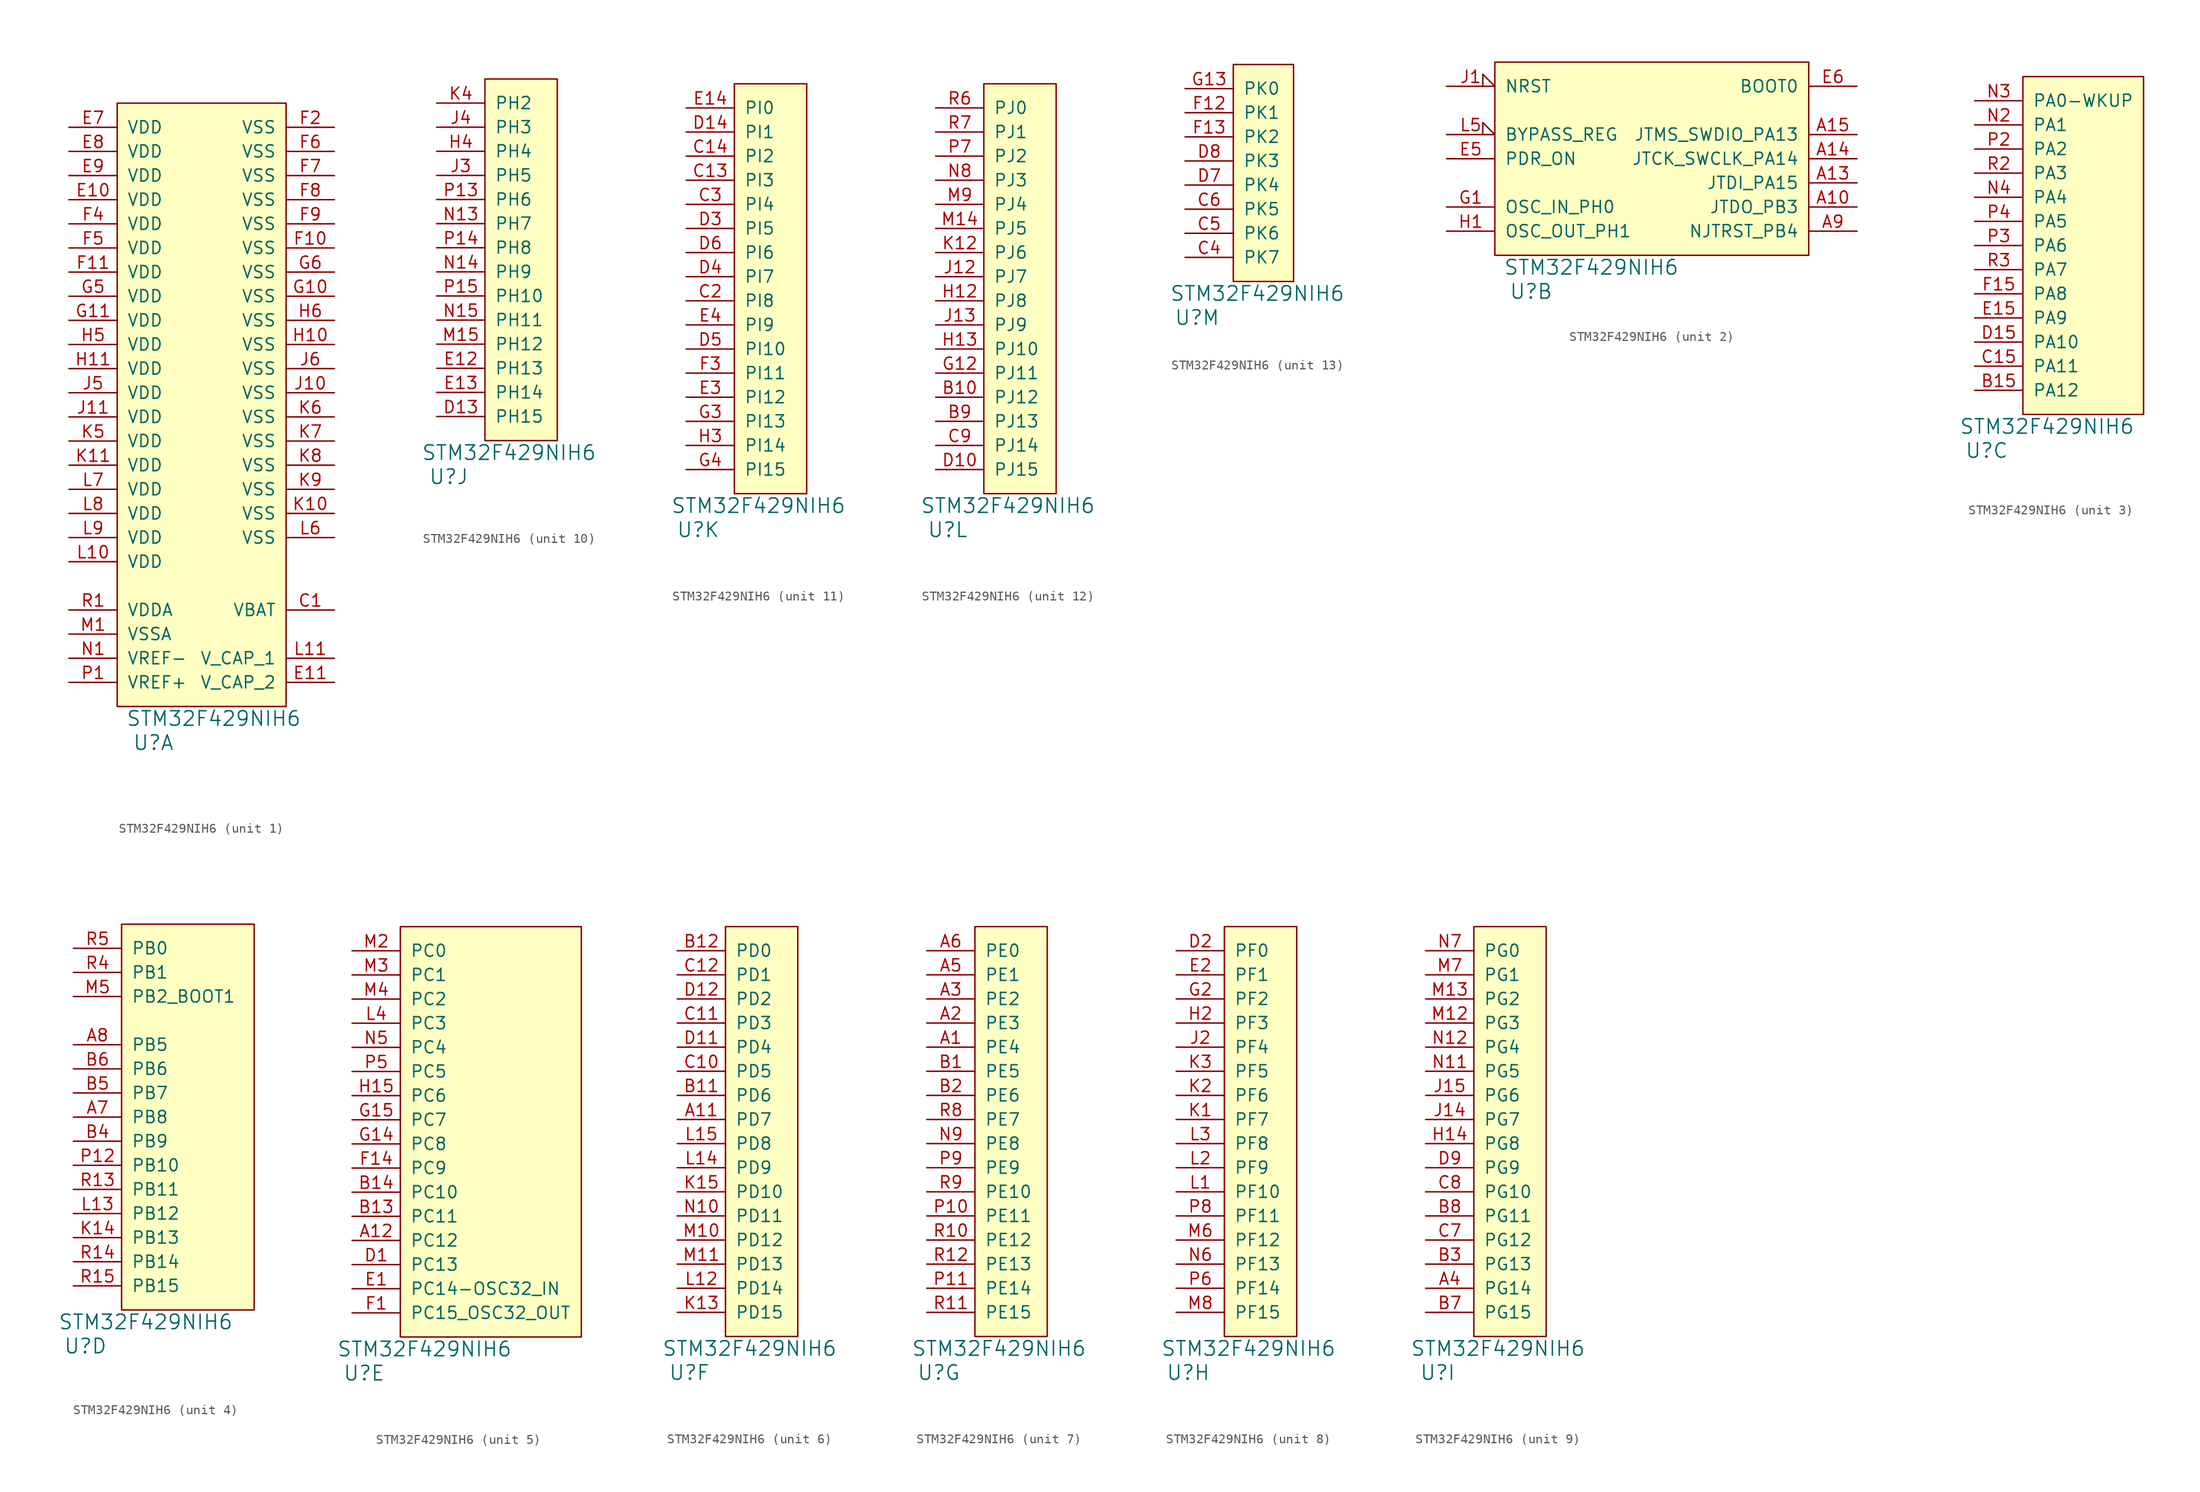
<source format=kicad_sym>
(kicad_symbol_lib
  (version 20211014)
  (generator kicad_symbol_editor)
  (symbol "STM32F429NIH6"
    (pin_names
      (offset 1.016))
    (property "Reference" "U"
      (at -3.81 -3.81 0)
      (effects (font (size 1.524 1.524))))
    (property "Value" "STM32F429NIH6"
      (at 2.54 -1.27 0)
      (effects (font (size 1.524 1.524))))
    (property "Footprint" ""
      (at 0 0 0)
      (effects (font (size 1.524 1.524))))
    (property "Datasheet" ""
      (at 0 0 0)
      (effects (font (size 1.524 1.524))))
    (property "ki_locked" ""
      (at 0 0 0)
      (effects (font (size 1.27 1.27))))
    (symbol "STM32F429NIH6_1_1"
      (rectangle (start -7.62 0) (end 10.16 63.5) (stroke (width 0) (type default) (color 0 0 0 0)) (fill (type background)))
      (pin bidirectional line (at 15.24 10.16 180) (length 5.08) (name "VBAT" (effects (font (size 1.27 1.27)))) (number "C1" (effects (font (size 1.27 1.27)))))
      (pin power_in line (at -12.7 53.34 0) (length 5.08) (name "VDD" (effects (font (size 1.27 1.27)))) (number "E10" (effects (font (size 1.27 1.27)))))
      (pin power_out line (at 15.24 2.54 180) (length 5.08) (name "V_CAP_2" (effects (font (size 1.27 1.27)))) (number "E11" (effects (font (size 1.27 1.27)))))
      (pin power_in line (at -12.7 60.96 0) (length 5.08) (name "VDD" (effects (font (size 1.27 1.27)))) (number "E7" (effects (font (size 1.27 1.27)))))
      (pin power_in line (at -12.7 58.42 0) (length 5.08) (name "VDD" (effects (font (size 1.27 1.27)))) (number "E8" (effects (font (size 1.27 1.27)))))
      (pin power_in line (at -12.7 55.88 0) (length 5.08) (name "VDD" (effects (font (size 1.27 1.27)))) (number "E9" (effects (font (size 1.27 1.27)))))
      (pin power_in line (at 15.24 48.26 180) (length 5.08) (name "VSS" (effects (font (size 1.27 1.27)))) (number "F10" (effects (font (size 1.27 1.27)))))
      (pin power_in line (at -12.7 45.72 0) (length 5.08) (name "VDD" (effects (font (size 1.27 1.27)))) (number "F11" (effects (font (size 1.27 1.27)))))
      (pin power_in line (at 15.24 60.96 180) (length 5.08) (name "VSS" (effects (font (size 1.27 1.27)))) (number "F2" (effects (font (size 1.27 1.27)))))
      (pin power_in line (at -12.7 50.8 0) (length 5.08) (name "VDD" (effects (font (size 1.27 1.27)))) (number "F4" (effects (font (size 1.27 1.27)))))
      (pin power_in line (at -12.7 48.26 0) (length 5.08) (name "VDD" (effects (font (size 1.27 1.27)))) (number "F5" (effects (font (size 1.27 1.27)))))
      (pin power_in line (at 15.24 58.42 180) (length 5.08) (name "VSS" (effects (font (size 1.27 1.27)))) (number "F6" (effects (font (size 1.27 1.27)))))
      (pin power_in line (at 15.24 55.88 180) (length 5.08) (name "VSS" (effects (font (size 1.27 1.27)))) (number "F7" (effects (font (size 1.27 1.27)))))
      (pin power_in line (at 15.24 53.34 180) (length 5.08) (name "VSS" (effects (font (size 1.27 1.27)))) (number "F8" (effects (font (size 1.27 1.27)))))
      (pin power_in line (at 15.24 50.8 180) (length 5.08) (name "VSS" (effects (font (size 1.27 1.27)))) (number "F9" (effects (font (size 1.27 1.27)))))
      (pin power_in line (at 15.24 43.18 180) (length 5.08) (name "VSS" (effects (font (size 1.27 1.27)))) (number "G10" (effects (font (size 1.27 1.27)))))
      (pin power_in line (at -12.7 40.64 0) (length 5.08) (name "VDD" (effects (font (size 1.27 1.27)))) (number "G11" (effects (font (size 1.27 1.27)))))
      (pin power_in line (at -12.7 43.18 0) (length 5.08) (name "VDD" (effects (font (size 1.27 1.27)))) (number "G5" (effects (font (size 1.27 1.27)))))
      (pin power_in line (at 15.24 45.72 180) (length 5.08) (name "VSS" (effects (font (size 1.27 1.27)))) (number "G6" (effects (font (size 1.27 1.27)))))
      (pin power_in line (at 15.24 38.1 180) (length 5.08) (name "VSS" (effects (font (size 1.27 1.27)))) (number "H10" (effects (font (size 1.27 1.27)))))
      (pin power_in line (at -12.7 35.56 0) (length 5.08) (name "VDD" (effects (font (size 1.27 1.27)))) (number "H11" (effects (font (size 1.27 1.27)))))
      (pin power_in line (at -12.7 38.1 0) (length 5.08) (name "VDD" (effects (font (size 1.27 1.27)))) (number "H5" (effects (font (size 1.27 1.27)))))
      (pin power_in line (at 15.24 40.64 180) (length 5.08) (name "VSS" (effects (font (size 1.27 1.27)))) (number "H6" (effects (font (size 1.27 1.27)))))
      (pin power_in line (at 15.24 33.02 180) (length 5.08) (name "VSS" (effects (font (size 1.27 1.27)))) (number "J10" (effects (font (size 1.27 1.27)))))
      (pin power_in line (at -12.7 30.48 0) (length 5.08) (name "VDD" (effects (font (size 1.27 1.27)))) (number "J11" (effects (font (size 1.27 1.27)))))
      (pin power_in line (at -12.7 33.02 0) (length 5.08) (name "VDD" (effects (font (size 1.27 1.27)))) (number "J5" (effects (font (size 1.27 1.27)))))
      (pin power_in line (at 15.24 35.56 180) (length 5.08) (name "VSS" (effects (font (size 1.27 1.27)))) (number "J6" (effects (font (size 1.27 1.27)))))
      (pin power_in line (at 15.24 20.32 180) (length 5.08) (name "VSS" (effects (font (size 1.27 1.27)))) (number "K10" (effects (font (size 1.27 1.27)))))
      (pin power_in line (at -12.7 25.4 0) (length 5.08) (name "VDD" (effects (font (size 1.27 1.27)))) (number "K11" (effects (font (size 1.27 1.27)))))
      (pin power_in line (at -12.7 27.94 0) (length 5.08) (name "VDD" (effects (font (size 1.27 1.27)))) (number "K5" (effects (font (size 1.27 1.27)))))
      (pin power_in line (at 15.24 30.48 180) (length 5.08) (name "VSS" (effects (font (size 1.27 1.27)))) (number "K6" (effects (font (size 1.27 1.27)))))
      (pin power_in line (at 15.24 27.94 180) (length 5.08) (name "VSS" (effects (font (size 1.27 1.27)))) (number "K7" (effects (font (size 1.27 1.27)))))
      (pin power_in line (at 15.24 25.4 180) (length 5.08) (name "VSS" (effects (font (size 1.27 1.27)))) (number "K8" (effects (font (size 1.27 1.27)))))
      (pin power_in line (at 15.24 22.86 180) (length 5.08) (name "VSS" (effects (font (size 1.27 1.27)))) (number "K9" (effects (font (size 1.27 1.27)))))
      (pin power_in line (at -12.7 15.24 0) (length 5.08) (name "VDD" (effects (font (size 1.27 1.27)))) (number "L10" (effects (font (size 1.27 1.27)))))
      (pin power_out line (at 15.24 5.08 180) (length 5.08) (name "V_CAP_1" (effects (font (size 1.27 1.27)))) (number "L11" (effects (font (size 1.27 1.27)))))
      (pin power_in line (at 15.24 17.78 180) (length 5.08) (name "VSS" (effects (font (size 1.27 1.27)))) (number "L6" (effects (font (size 1.27 1.27)))))
      (pin power_in line (at -12.7 22.86 0) (length 5.08) (name "VDD" (effects (font (size 1.27 1.27)))) (number "L7" (effects (font (size 1.27 1.27)))))
      (pin power_in line (at -12.7 20.32 0) (length 5.08) (name "VDD" (effects (font (size 1.27 1.27)))) (number "L8" (effects (font (size 1.27 1.27)))))
      (pin power_in line (at -12.7 17.78 0) (length 5.08) (name "VDD" (effects (font (size 1.27 1.27)))) (number "L9" (effects (font (size 1.27 1.27)))))
      (pin power_in line (at -12.7 7.62 0) (length 5.08) (name "VSSA" (effects (font (size 1.27 1.27)))) (number "M1" (effects (font (size 1.27 1.27)))))
      (pin power_in line (at -12.7 5.08 0) (length 5.08) (name "VREF-" (effects (font (size 1.27 1.27)))) (number "N1" (effects (font (size 1.27 1.27)))))
      (pin power_in line (at -12.7 2.54 0) (length 5.08) (name "VREF+" (effects (font (size 1.27 1.27)))) (number "P1" (effects (font (size 1.27 1.27)))))
      (pin power_in line (at -12.7 10.16 0) (length 5.08) (name "VDDA" (effects (font (size 1.27 1.27)))) (number "R1" (effects (font (size 1.27 1.27))))))
    (symbol "STM32F429NIH6_2_1"
      (rectangle (start -7.62 0) (end 25.4 20.32) (stroke (width 0) (type default) (color 0 0 0 0)) (fill (type background)))
      (pin bidirectional line (at 30.48 5.08 180) (length 5.08) (name "JTDO_PB3" (effects (font (size 1.27 1.27)))) (number "A10" (effects (font (size 1.27 1.27)))))
      (pin bidirectional line (at 30.48 7.62 180) (length 5.08) (name "JTDI_PA15" (effects (font (size 1.27 1.27)))) (number "A13" (effects (font (size 1.27 1.27)))))
      (pin bidirectional line (at 30.48 10.16 180) (length 5.08) (name "JTCK_SWCLK_PA14" (effects (font (size 1.27 1.27)))) (number "A14" (effects (font (size 1.27 1.27)))))
      (pin bidirectional line (at 30.48 12.7 180) (length 5.08) (name "JTMS_SWDIO_PA13" (effects (font (size 1.27 1.27)))) (number "A15" (effects (font (size 1.27 1.27)))))
      (pin bidirectional line (at 30.48 2.54 180) (length 5.08) (name "NJTRST_PB4" (effects (font (size 1.27 1.27)))) (number "A9" (effects (font (size 1.27 1.27)))))
      (pin input line (at -12.7 10.16 0) (length 5.08) (name "PDR_ON" (effects (font (size 1.27 1.27)))) (number "E5" (effects (font (size 1.27 1.27)))))
      (pin input line (at 30.48 17.78 180) (length 5.08) (name "BOOT0" (effects (font (size 1.27 1.27)))) (number "E6" (effects (font (size 1.27 1.27)))))
      (pin input line (at -12.7 5.08 0) (length 5.08) (name "OSC_IN_PH0" (effects (font (size 1.27 1.27)))) (number "G1" (effects (font (size 1.27 1.27)))))
      (pin output line (at -12.7 2.54 0) (length 5.08) (name "OSC_OUT_PH1" (effects (font (size 1.27 1.27)))) (number "H1" (effects (font (size 1.27 1.27)))))
      (pin input input_low (at -12.7 17.78 0) (length 5.08) (name "NRST" (effects (font (size 1.27 1.27)))) (number "J1" (effects (font (size 1.27 1.27)))))
      (pin input input_low (at -12.7 12.7 0) (length 5.08) (name "BYPASS_REG" (effects (font (size 1.27 1.27)))) (number "L5" (effects (font (size 1.27 1.27))))))
    (symbol "STM32F429NIH6_3_1"
      (rectangle (start 0 0) (end 12.7 35.56) (stroke (width 0) (type default) (color 0 0 0 0)) (fill (type background)))
      (pin bidirectional line (at -5.08 2.54 0) (length 5.08) (name "PA12" (effects (font (size 1.27 1.27)))) (number "B15" (effects (font (size 1.27 1.27)))))
      (pin bidirectional line (at -5.08 5.08 0) (length 5.08) (name "PA11" (effects (font (size 1.27 1.27)))) (number "C15" (effects (font (size 1.27 1.27)))))
      (pin bidirectional line (at -5.08 7.62 0) (length 5.08) (name "PA10" (effects (font (size 1.27 1.27)))) (number "D15" (effects (font (size 1.27 1.27)))))
      (pin bidirectional line (at -5.08 10.16 0) (length 5.08) (name "PA9" (effects (font (size 1.27 1.27)))) (number "E15" (effects (font (size 1.27 1.27)))))
      (pin bidirectional line (at -5.08 12.7 0) (length 5.08) (name "PA8" (effects (font (size 1.27 1.27)))) (number "F15" (effects (font (size 1.27 1.27)))))
      (pin bidirectional line (at -5.08 30.48 0) (length 5.08) (name "PA1" (effects (font (size 1.27 1.27)))) (number "N2" (effects (font (size 1.27 1.27)))))
      (pin bidirectional line (at -5.08 33.02 0) (length 5.08) (name "PA0-WKUP" (effects (font (size 1.27 1.27)))) (number "N3" (effects (font (size 1.27 1.27)))))
      (pin bidirectional line (at -5.08 22.86 0) (length 5.08) (name "PA4" (effects (font (size 1.27 1.27)))) (number "N4" (effects (font (size 1.27 1.27)))))
      (pin bidirectional line (at -5.08 27.94 0) (length 5.08) (name "PA2" (effects (font (size 1.27 1.27)))) (number "P2" (effects (font (size 1.27 1.27)))))
      (pin bidirectional line (at -5.08 17.78 0) (length 5.08) (name "PA6" (effects (font (size 1.27 1.27)))) (number "P3" (effects (font (size 1.27 1.27)))))
      (pin bidirectional line (at -5.08 20.32 0) (length 5.08) (name "PA5" (effects (font (size 1.27 1.27)))) (number "P4" (effects (font (size 1.27 1.27)))))
      (pin bidirectional line (at -5.08 25.4 0) (length 5.08) (name "PA3" (effects (font (size 1.27 1.27)))) (number "R2" (effects (font (size 1.27 1.27)))))
      (pin bidirectional line (at -5.08 15.24 0) (length 5.08) (name "PA7" (effects (font (size 1.27 1.27)))) (number "R3" (effects (font (size 1.27 1.27))))))
    (symbol "STM32F429NIH6_4_1"
      (rectangle (start 0 0) (end 13.97 40.64) (stroke (width 0) (type default) (color 0 0 0 0)) (fill (type background)))
      (pin bidirectional line (at -5.08 20.32 0) (length 5.08) (name "PB8" (effects (font (size 1.27 1.27)))) (number "A7" (effects (font (size 1.27 1.27)))))
      (pin bidirectional line (at -5.08 27.94 0) (length 5.08) (name "PB5" (effects (font (size 1.27 1.27)))) (number "A8" (effects (font (size 1.27 1.27)))))
      (pin bidirectional line (at -5.08 17.78 0) (length 5.08) (name "PB9" (effects (font (size 1.27 1.27)))) (number "B4" (effects (font (size 1.27 1.27)))))
      (pin bidirectional line (at -5.08 22.86 0) (length 5.08) (name "PB7" (effects (font (size 1.27 1.27)))) (number "B5" (effects (font (size 1.27 1.27)))))
      (pin bidirectional line (at -5.08 25.4 0) (length 5.08) (name "PB6" (effects (font (size 1.27 1.27)))) (number "B6" (effects (font (size 1.27 1.27)))))
      (pin bidirectional line (at -5.08 7.62 0) (length 5.08) (name "PB13" (effects (font (size 1.27 1.27)))) (number "K14" (effects (font (size 1.27 1.27)))))
      (pin bidirectional line (at -5.08 10.16 0) (length 5.08) (name "PB12" (effects (font (size 1.27 1.27)))) (number "L13" (effects (font (size 1.27 1.27)))))
      (pin bidirectional line (at -5.08 33.02 0) (length 5.08) (name "PB2_BOOT1" (effects (font (size 1.27 1.27)))) (number "M5" (effects (font (size 1.27 1.27)))))
      (pin bidirectional line (at -5.08 15.24 0) (length 5.08) (name "PB10" (effects (font (size 1.27 1.27)))) (number "P12" (effects (font (size 1.27 1.27)))))
      (pin bidirectional line (at -5.08 12.7 0) (length 5.08) (name "PB11" (effects (font (size 1.27 1.27)))) (number "R13" (effects (font (size 1.27 1.27)))))
      (pin bidirectional line (at -5.08 5.08 0) (length 5.08) (name "PB14" (effects (font (size 1.27 1.27)))) (number "R14" (effects (font (size 1.27 1.27)))))
      (pin bidirectional line (at -5.08 2.54 0) (length 5.08) (name "PB15" (effects (font (size 1.27 1.27)))) (number "R15" (effects (font (size 1.27 1.27)))))
      (pin bidirectional line (at -5.08 35.56 0) (length 5.08) (name "PB1" (effects (font (size 1.27 1.27)))) (number "R4" (effects (font (size 1.27 1.27)))))
      (pin bidirectional line (at -5.08 38.1 0) (length 5.08) (name "PB0" (effects (font (size 1.27 1.27)))) (number "R5" (effects (font (size 1.27 1.27))))))
    (symbol "STM32F429NIH6_5_1"
      (rectangle (start 0 43.18) (end 19.05 0) (stroke (width 0) (type default) (color 0 0 0 0)) (fill (type background)))
      (pin bidirectional line (at -5.08 10.16 0) (length 5.08) (name "PC12" (effects (font (size 1.27 1.27)))) (number "A12" (effects (font (size 1.27 1.27)))))
      (pin bidirectional line (at -5.08 12.7 0) (length 5.08) (name "PC11" (effects (font (size 1.27 1.27)))) (number "B13" (effects (font (size 1.27 1.27)))))
      (pin bidirectional line (at -5.08 15.24 0) (length 5.08) (name "PC10" (effects (font (size 1.27 1.27)))) (number "B14" (effects (font (size 1.27 1.27)))))
      (pin bidirectional line (at -5.08 7.62 0) (length 5.08) (name "PC13" (effects (font (size 1.27 1.27)))) (number "D1" (effects (font (size 1.27 1.27)))))
      (pin bidirectional line (at -5.08 5.08 0) (length 5.08) (name "PC14-OSC32_IN" (effects (font (size 1.27 1.27)))) (number "E1" (effects (font (size 1.27 1.27)))))
      (pin bidirectional line (at -5.08 2.54 0) (length 5.08) (name "PC15_OSC32_OUT" (effects (font (size 1.27 1.27)))) (number "F1" (effects (font (size 1.27 1.27)))))
      (pin bidirectional line (at -5.08 17.78 0) (length 5.08) (name "PC9" (effects (font (size 1.27 1.27)))) (number "F14" (effects (font (size 1.27 1.27)))))
      (pin bidirectional line (at -5.08 20.32 0) (length 5.08) (name "PC8" (effects (font (size 1.27 1.27)))) (number "G14" (effects (font (size 1.27 1.27)))))
      (pin bidirectional line (at -5.08 22.86 0) (length 5.08) (name "PC7" (effects (font (size 1.27 1.27)))) (number "G15" (effects (font (size 1.27 1.27)))))
      (pin bidirectional line (at -5.08 25.4 0) (length 5.08) (name "PC6" (effects (font (size 1.27 1.27)))) (number "H15" (effects (font (size 1.27 1.27)))))
      (pin bidirectional line (at -5.08 33.02 0) (length 5.08) (name "PC3" (effects (font (size 1.27 1.27)))) (number "L4" (effects (font (size 1.27 1.27)))))
      (pin bidirectional line (at -5.08 40.64 0) (length 5.08) (name "PC0" (effects (font (size 1.27 1.27)))) (number "M2" (effects (font (size 1.27 1.27)))))
      (pin bidirectional line (at -5.08 38.1 0) (length 5.08) (name "PC1" (effects (font (size 1.27 1.27)))) (number "M3" (effects (font (size 1.27 1.27)))))
      (pin bidirectional line (at -5.08 35.56 0) (length 5.08) (name "PC2" (effects (font (size 1.27 1.27)))) (number "M4" (effects (font (size 1.27 1.27)))))
      (pin bidirectional line (at -5.08 30.48 0) (length 5.08) (name "PC4" (effects (font (size 1.27 1.27)))) (number "N5" (effects (font (size 1.27 1.27)))))
      (pin bidirectional line (at -5.08 27.94 0) (length 5.08) (name "PC5" (effects (font (size 1.27 1.27)))) (number "P5" (effects (font (size 1.27 1.27))))))
    (symbol "STM32F429NIH6_6_1"
      (rectangle (start 0 0) (end 7.62 43.18) (stroke (width 0) (type default) (color 0 0 0 0)) (fill (type background)))
      (pin bidirectional line (at -5.08 22.86 0) (length 5.08) (name "PD7" (effects (font (size 1.27 1.27)))) (number "A11" (effects (font (size 1.27 1.27)))))
      (pin bidirectional line (at -5.08 25.4 0) (length 5.08) (name "PD6" (effects (font (size 1.27 1.27)))) (number "B11" (effects (font (size 1.27 1.27)))))
      (pin bidirectional line (at -5.08 40.64 0) (length 5.08) (name "PD0" (effects (font (size 1.27 1.27)))) (number "B12" (effects (font (size 1.27 1.27)))))
      (pin bidirectional line (at -5.08 27.94 0) (length 5.08) (name "PD5" (effects (font (size 1.27 1.27)))) (number "C10" (effects (font (size 1.27 1.27)))))
      (pin bidirectional line (at -5.08 33.02 0) (length 5.08) (name "PD3" (effects (font (size 1.27 1.27)))) (number "C11" (effects (font (size 1.27 1.27)))))
      (pin bidirectional line (at -5.08 38.1 0) (length 5.08) (name "PD1" (effects (font (size 1.27 1.27)))) (number "C12" (effects (font (size 1.27 1.27)))))
      (pin bidirectional line (at -5.08 30.48 0) (length 5.08) (name "PD4" (effects (font (size 1.27 1.27)))) (number "D11" (effects (font (size 1.27 1.27)))))
      (pin bidirectional line (at -5.08 35.56 0) (length 5.08) (name "PD2" (effects (font (size 1.27 1.27)))) (number "D12" (effects (font (size 1.27 1.27)))))
      (pin bidirectional line (at -5.08 2.54 0) (length 5.08) (name "PD15" (effects (font (size 1.27 1.27)))) (number "K13" (effects (font (size 1.27 1.27)))))
      (pin bidirectional line (at -5.08 15.24 0) (length 5.08) (name "PD10" (effects (font (size 1.27 1.27)))) (number "K15" (effects (font (size 1.27 1.27)))))
      (pin bidirectional line (at -5.08 5.08 0) (length 5.08) (name "PD14" (effects (font (size 1.27 1.27)))) (number "L12" (effects (font (size 1.27 1.27)))))
      (pin bidirectional line (at -5.08 17.78 0) (length 5.08) (name "PD9" (effects (font (size 1.27 1.27)))) (number "L14" (effects (font (size 1.27 1.27)))))
      (pin bidirectional line (at -5.08 20.32 0) (length 5.08) (name "PD8" (effects (font (size 1.27 1.27)))) (number "L15" (effects (font (size 1.27 1.27)))))
      (pin bidirectional line (at -5.08 10.16 0) (length 5.08) (name "PD12" (effects (font (size 1.27 1.27)))) (number "M10" (effects (font (size 1.27 1.27)))))
      (pin bidirectional line (at -5.08 7.62 0) (length 5.08) (name "PD13" (effects (font (size 1.27 1.27)))) (number "M11" (effects (font (size 1.27 1.27)))))
      (pin bidirectional line (at -5.08 12.7 0) (length 5.08) (name "PD11" (effects (font (size 1.27 1.27)))) (number "N10" (effects (font (size 1.27 1.27))))))
    (symbol "STM32F429NIH6_7_1"
      (rectangle (start 0 43.18) (end 7.62 0) (stroke (width 0) (type default) (color 0 0 0 0)) (fill (type background)))
      (pin bidirectional line (at -5.08 30.48 0) (length 5.08) (name "PE4" (effects (font (size 1.27 1.27)))) (number "A1" (effects (font (size 1.27 1.27)))))
      (pin bidirectional line (at -5.08 33.02 0) (length 5.08) (name "PE3" (effects (font (size 1.27 1.27)))) (number "A2" (effects (font (size 1.27 1.27)))))
      (pin bidirectional line (at -5.08 35.56 0) (length 5.08) (name "PE2" (effects (font (size 1.27 1.27)))) (number "A3" (effects (font (size 1.27 1.27)))))
      (pin bidirectional line (at -5.08 38.1 0) (length 5.08) (name "PE1" (effects (font (size 1.27 1.27)))) (number "A5" (effects (font (size 1.27 1.27)))))
      (pin bidirectional line (at -5.08 40.64 0) (length 5.08) (name "PE0" (effects (font (size 1.27 1.27)))) (number "A6" (effects (font (size 1.27 1.27)))))
      (pin bidirectional line (at -5.08 27.94 0) (length 5.08) (name "PE5" (effects (font (size 1.27 1.27)))) (number "B1" (effects (font (size 1.27 1.27)))))
      (pin bidirectional line (at -5.08 25.4 0) (length 5.08) (name "PE6" (effects (font (size 1.27 1.27)))) (number "B2" (effects (font (size 1.27 1.27)))))
      (pin bidirectional line (at -5.08 20.32 0) (length 5.08) (name "PE8" (effects (font (size 1.27 1.27)))) (number "N9" (effects (font (size 1.27 1.27)))))
      (pin bidirectional line (at -5.08 12.7 0) (length 5.08) (name "PE11" (effects (font (size 1.27 1.27)))) (number "P10" (effects (font (size 1.27 1.27)))))
      (pin bidirectional line (at -5.08 5.08 0) (length 5.08) (name "PE14" (effects (font (size 1.27 1.27)))) (number "P11" (effects (font (size 1.27 1.27)))))
      (pin bidirectional line (at -5.08 17.78 0) (length 5.08) (name "PE9" (effects (font (size 1.27 1.27)))) (number "P9" (effects (font (size 1.27 1.27)))))
      (pin bidirectional line (at -5.08 10.16 0) (length 5.08) (name "PE12" (effects (font (size 1.27 1.27)))) (number "R10" (effects (font (size 1.27 1.27)))))
      (pin bidirectional line (at -5.08 2.54 0) (length 5.08) (name "PE15" (effects (font (size 1.27 1.27)))) (number "R11" (effects (font (size 1.27 1.27)))))
      (pin bidirectional line (at -5.08 7.62 0) (length 5.08) (name "PE13" (effects (font (size 1.27 1.27)))) (number "R12" (effects (font (size 1.27 1.27)))))
      (pin bidirectional line (at -5.08 22.86 0) (length 5.08) (name "PE7" (effects (font (size 1.27 1.27)))) (number "R8" (effects (font (size 1.27 1.27)))))
      (pin bidirectional line (at -5.08 15.24 0) (length 5.08) (name "PE10" (effects (font (size 1.27 1.27)))) (number "R9" (effects (font (size 1.27 1.27))))))
    (symbol "STM32F429NIH6_8_1"
      (rectangle (start 0 0) (end 7.62 43.18) (stroke (width 0) (type default) (color 0 0 0 0)) (fill (type background)))
      (pin bidirectional line (at -5.08 40.64 0) (length 5.08) (name "PF0" (effects (font (size 1.27 1.27)))) (number "D2" (effects (font (size 1.27 1.27)))))
      (pin bidirectional line (at -5.08 38.1 0) (length 5.08) (name "PF1" (effects (font (size 1.27 1.27)))) (number "E2" (effects (font (size 1.27 1.27)))))
      (pin bidirectional line (at -5.08 35.56 0) (length 5.08) (name "PF2" (effects (font (size 1.27 1.27)))) (number "G2" (effects (font (size 1.27 1.27)))))
      (pin bidirectional line (at -5.08 33.02 0) (length 5.08) (name "PF3" (effects (font (size 1.27 1.27)))) (number "H2" (effects (font (size 1.27 1.27)))))
      (pin bidirectional line (at -5.08 30.48 0) (length 5.08) (name "PF4" (effects (font (size 1.27 1.27)))) (number "J2" (effects (font (size 1.27 1.27)))))
      (pin bidirectional line (at -5.08 22.86 0) (length 5.08) (name "PF7" (effects (font (size 1.27 1.27)))) (number "K1" (effects (font (size 1.27 1.27)))))
      (pin bidirectional line (at -5.08 25.4 0) (length 5.08) (name "PF6" (effects (font (size 1.27 1.27)))) (number "K2" (effects (font (size 1.27 1.27)))))
      (pin bidirectional line (at -5.08 27.94 0) (length 5.08) (name "PF5" (effects (font (size 1.27 1.27)))) (number "K3" (effects (font (size 1.27 1.27)))))
      (pin bidirectional line (at -5.08 15.24 0) (length 5.08) (name "PF10" (effects (font (size 1.27 1.27)))) (number "L1" (effects (font (size 1.27 1.27)))))
      (pin bidirectional line (at -5.08 17.78 0) (length 5.08) (name "PF9" (effects (font (size 1.27 1.27)))) (number "L2" (effects (font (size 1.27 1.27)))))
      (pin bidirectional line (at -5.08 20.32 0) (length 5.08) (name "PF8" (effects (font (size 1.27 1.27)))) (number "L3" (effects (font (size 1.27 1.27)))))
      (pin bidirectional line (at -5.08 10.16 0) (length 5.08) (name "PF12" (effects (font (size 1.27 1.27)))) (number "M6" (effects (font (size 1.27 1.27)))))
      (pin bidirectional line (at -5.08 2.54 0) (length 5.08) (name "PF15" (effects (font (size 1.27 1.27)))) (number "M8" (effects (font (size 1.27 1.27)))))
      (pin bidirectional line (at -5.08 7.62 0) (length 5.08) (name "PF13" (effects (font (size 1.27 1.27)))) (number "N6" (effects (font (size 1.27 1.27)))))
      (pin bidirectional line (at -5.08 5.08 0) (length 5.08) (name "PF14" (effects (font (size 1.27 1.27)))) (number "P6" (effects (font (size 1.27 1.27)))))
      (pin bidirectional line (at -5.08 12.7 0) (length 5.08) (name "PF11" (effects (font (size 1.27 1.27)))) (number "P8" (effects (font (size 1.27 1.27))))))
    (symbol "STM32F429NIH6_9_1"
      (rectangle (start 0 43.18) (end 7.62 0) (stroke (width 0) (type default) (color 0 0 0 0)) (fill (type background)))
      (pin bidirectional line (at -5.08 5.08 0) (length 5.08) (name "PG14" (effects (font (size 1.27 1.27)))) (number "A4" (effects (font (size 1.27 1.27)))))
      (pin bidirectional line (at -5.08 7.62 0) (length 5.08) (name "PG13" (effects (font (size 1.27 1.27)))) (number "B3" (effects (font (size 1.27 1.27)))))
      (pin bidirectional line (at -5.08 2.54 0) (length 5.08) (name "PG15" (effects (font (size 1.27 1.27)))) (number "B7" (effects (font (size 1.27 1.27)))))
      (pin bidirectional line (at -5.08 12.7 0) (length 5.08) (name "PG11" (effects (font (size 1.27 1.27)))) (number "B8" (effects (font (size 1.27 1.27)))))
      (pin bidirectional line (at -5.08 10.16 0) (length 5.08) (name "PG12" (effects (font (size 1.27 1.27)))) (number "C7" (effects (font (size 1.27 1.27)))))
      (pin bidirectional line (at -5.08 15.24 0) (length 5.08) (name "PG10" (effects (font (size 1.27 1.27)))) (number "C8" (effects (font (size 1.27 1.27)))))
      (pin bidirectional line (at -5.08 17.78 0) (length 5.08) (name "PG9" (effects (font (size 1.27 1.27)))) (number "D9" (effects (font (size 1.27 1.27)))))
      (pin bidirectional line (at -5.08 20.32 0) (length 5.08) (name "PG8" (effects (font (size 1.27 1.27)))) (number "H14" (effects (font (size 1.27 1.27)))))
      (pin bidirectional line (at -5.08 22.86 0) (length 5.08) (name "PG7" (effects (font (size 1.27 1.27)))) (number "J14" (effects (font (size 1.27 1.27)))))
      (pin bidirectional line (at -5.08 25.4 0) (length 5.08) (name "PG6" (effects (font (size 1.27 1.27)))) (number "J15" (effects (font (size 1.27 1.27)))))
      (pin bidirectional line (at -5.08 33.02 0) (length 5.08) (name "PG3" (effects (font (size 1.27 1.27)))) (number "M12" (effects (font (size 1.27 1.27)))))
      (pin bidirectional line (at -5.08 35.56 0) (length 5.08) (name "PG2" (effects (font (size 1.27 1.27)))) (number "M13" (effects (font (size 1.27 1.27)))))
      (pin bidirectional line (at -5.08 38.1 0) (length 5.08) (name "PG1" (effects (font (size 1.27 1.27)))) (number "M7" (effects (font (size 1.27 1.27)))))
      (pin bidirectional line (at -5.08 27.94 0) (length 5.08) (name "PG5" (effects (font (size 1.27 1.27)))) (number "N11" (effects (font (size 1.27 1.27)))))
      (pin bidirectional line (at -5.08 30.48 0) (length 5.08) (name "PG4" (effects (font (size 1.27 1.27)))) (number "N12" (effects (font (size 1.27 1.27)))))
      (pin bidirectional line (at -5.08 40.64 0) (length 5.08) (name "PG0" (effects (font (size 1.27 1.27)))) (number "N7" (effects (font (size 1.27 1.27))))))
    (symbol "STM32F429NIH6_10_1"
      (rectangle (start 0 0) (end 7.62 38.1) (stroke (width 0) (type default) (color 0 0 0 0)) (fill (type background)))
      (pin bidirectional line (at -5.08 2.54 0) (length 5.08) (name "PH15" (effects (font (size 1.27 1.27)))) (number "D13" (effects (font (size 1.27 1.27)))))
      (pin bidirectional line (at -5.08 7.62 0) (length 5.08) (name "PH13" (effects (font (size 1.27 1.27)))) (number "E12" (effects (font (size 1.27 1.27)))))
      (pin bidirectional line (at -5.08 5.08 0) (length 5.08) (name "PH14" (effects (font (size 1.27 1.27)))) (number "E13" (effects (font (size 1.27 1.27)))))
      (pin bidirectional line (at -5.08 30.48 0) (length 5.08) (name "PH4" (effects (font (size 1.27 1.27)))) (number "H4" (effects (font (size 1.27 1.27)))))
      (pin bidirectional line (at -5.08 27.94 0) (length 5.08) (name "PH5" (effects (font (size 1.27 1.27)))) (number "J3" (effects (font (size 1.27 1.27)))))
      (pin bidirectional line (at -5.08 33.02 0) (length 5.08) (name "PH3" (effects (font (size 1.27 1.27)))) (number "J4" (effects (font (size 1.27 1.27)))))
      (pin bidirectional line (at -5.08 35.56 0) (length 5.08) (name "PH2" (effects (font (size 1.27 1.27)))) (number "K4" (effects (font (size 1.27 1.27)))))
      (pin bidirectional line (at -5.08 10.16 0) (length 5.08) (name "PH12" (effects (font (size 1.27 1.27)))) (number "M15" (effects (font (size 1.27 1.27)))))
      (pin bidirectional line (at -5.08 22.86 0) (length 5.08) (name "PH7" (effects (font (size 1.27 1.27)))) (number "N13" (effects (font (size 1.27 1.27)))))
      (pin bidirectional line (at -5.08 17.78 0) (length 5.08) (name "PH9" (effects (font (size 1.27 1.27)))) (number "N14" (effects (font (size 1.27 1.27)))))
      (pin bidirectional line (at -5.08 12.7 0) (length 5.08) (name "PH11" (effects (font (size 1.27 1.27)))) (number "N15" (effects (font (size 1.27 1.27)))))
      (pin bidirectional line (at -5.08 25.4 0) (length 5.08) (name "PH6" (effects (font (size 1.27 1.27)))) (number "P13" (effects (font (size 1.27 1.27)))))
      (pin bidirectional line (at -5.08 20.32 0) (length 5.08) (name "PH8" (effects (font (size 1.27 1.27)))) (number "P14" (effects (font (size 1.27 1.27)))))
      (pin bidirectional line (at -5.08 15.24 0) (length 5.08) (name "PH10" (effects (font (size 1.27 1.27)))) (number "P15" (effects (font (size 1.27 1.27))))))
    (symbol "STM32F429NIH6_11_1"
      (rectangle (start 0 0) (end 7.62 43.18) (stroke (width 0) (type default) (color 0 0 0 0)) (fill (type background)))
      (pin bidirectional line (at -5.08 33.02 0) (length 5.08) (name "PI3" (effects (font (size 1.27 1.27)))) (number "C13" (effects (font (size 1.27 1.27)))))
      (pin bidirectional line (at -5.08 35.56 0) (length 5.08) (name "PI2" (effects (font (size 1.27 1.27)))) (number "C14" (effects (font (size 1.27 1.27)))))
      (pin bidirectional line (at -5.08 20.32 0) (length 5.08) (name "PI8" (effects (font (size 1.27 1.27)))) (number "C2" (effects (font (size 1.27 1.27)))))
      (pin bidirectional line (at -5.08 30.48 0) (length 5.08) (name "PI4" (effects (font (size 1.27 1.27)))) (number "C3" (effects (font (size 1.27 1.27)))))
      (pin bidirectional line (at -5.08 38.1 0) (length 5.08) (name "PI1" (effects (font (size 1.27 1.27)))) (number "D14" (effects (font (size 1.27 1.27)))))
      (pin bidirectional line (at -5.08 27.94 0) (length 5.08) (name "PI5" (effects (font (size 1.27 1.27)))) (number "D3" (effects (font (size 1.27 1.27)))))
      (pin bidirectional line (at -5.08 22.86 0) (length 5.08) (name "PI7" (effects (font (size 1.27 1.27)))) (number "D4" (effects (font (size 1.27 1.27)))))
      (pin bidirectional line (at -5.08 15.24 0) (length 5.08) (name "PI10" (effects (font (size 1.27 1.27)))) (number "D5" (effects (font (size 1.27 1.27)))))
      (pin bidirectional line (at -5.08 25.4 0) (length 5.08) (name "PI6" (effects (font (size 1.27 1.27)))) (number "D6" (effects (font (size 1.27 1.27)))))
      (pin bidirectional line (at -5.08 40.64 0) (length 5.08) (name "PI0" (effects (font (size 1.27 1.27)))) (number "E14" (effects (font (size 1.27 1.27)))))
      (pin bidirectional line (at -5.08 10.16 0) (length 5.08) (name "PI12" (effects (font (size 1.27 1.27)))) (number "E3" (effects (font (size 1.27 1.27)))))
      (pin bidirectional line (at -5.08 17.78 0) (length 5.08) (name "PI9" (effects (font (size 1.27 1.27)))) (number "E4" (effects (font (size 1.27 1.27)))))
      (pin bidirectional line (at -5.08 12.7 0) (length 5.08) (name "PI11" (effects (font (size 1.27 1.27)))) (number "F3" (effects (font (size 1.27 1.27)))))
      (pin bidirectional line (at -5.08 7.62 0) (length 5.08) (name "PI13" (effects (font (size 1.27 1.27)))) (number "G3" (effects (font (size 1.27 1.27)))))
      (pin bidirectional line (at -5.08 2.54 0) (length 5.08) (name "PI15" (effects (font (size 1.27 1.27)))) (number "G4" (effects (font (size 1.27 1.27)))))
      (pin bidirectional line (at -5.08 5.08 0) (length 5.08) (name "PI14" (effects (font (size 1.27 1.27)))) (number "H3" (effects (font (size 1.27 1.27))))))
    (symbol "STM32F429NIH6_12_1"
      (rectangle (start 0 43.18) (end 7.62 0) (stroke (width 0) (type default) (color 0 0 0 0)) (fill (type background)))
      (pin bidirectional line (at -5.08 10.16 0) (length 5.08) (name "PJ12" (effects (font (size 1.27 1.27)))) (number "B10" (effects (font (size 1.27 1.27)))))
      (pin bidirectional line (at -5.08 7.62 0) (length 5.08) (name "PJ13" (effects (font (size 1.27 1.27)))) (number "B9" (effects (font (size 1.27 1.27)))))
      (pin bidirectional line (at -5.08 5.08 0) (length 5.08) (name "PJ14" (effects (font (size 1.27 1.27)))) (number "C9" (effects (font (size 1.27 1.27)))))
      (pin bidirectional line (at -5.08 2.54 0) (length 5.08) (name "PJ15" (effects (font (size 1.27 1.27)))) (number "D10" (effects (font (size 1.27 1.27)))))
      (pin bidirectional line (at -5.08 12.7 0) (length 5.08) (name "PJ11" (effects (font (size 1.27 1.27)))) (number "G12" (effects (font (size 1.27 1.27)))))
      (pin bidirectional line (at -5.08 20.32 0) (length 5.08) (name "PJ8" (effects (font (size 1.27 1.27)))) (number "H12" (effects (font (size 1.27 1.27)))))
      (pin bidirectional line (at -5.08 15.24 0) (length 5.08) (name "PJ10" (effects (font (size 1.27 1.27)))) (number "H13" (effects (font (size 1.27 1.27)))))
      (pin bidirectional line (at -5.08 22.86 0) (length 5.08) (name "PJ7" (effects (font (size 1.27 1.27)))) (number "J12" (effects (font (size 1.27 1.27)))))
      (pin bidirectional line (at -5.08 17.78 0) (length 5.08) (name "PJ9" (effects (font (size 1.27 1.27)))) (number "J13" (effects (font (size 1.27 1.27)))))
      (pin bidirectional line (at -5.08 25.4 0) (length 5.08) (name "PJ6" (effects (font (size 1.27 1.27)))) (number "K12" (effects (font (size 1.27 1.27)))))
      (pin bidirectional line (at -5.08 27.94 0) (length 5.08) (name "PJ5" (effects (font (size 1.27 1.27)))) (number "M14" (effects (font (size 1.27 1.27)))))
      (pin bidirectional line (at -5.08 30.48 0) (length 5.08) (name "PJ4" (effects (font (size 1.27 1.27)))) (number "M9" (effects (font (size 1.27 1.27)))))
      (pin bidirectional line (at -5.08 33.02 0) (length 5.08) (name "PJ3" (effects (font (size 1.27 1.27)))) (number "N8" (effects (font (size 1.27 1.27)))))
      (pin bidirectional line (at -5.08 35.56 0) (length 5.08) (name "PJ2" (effects (font (size 1.27 1.27)))) (number "P7" (effects (font (size 1.27 1.27)))))
      (pin bidirectional line (at -5.08 40.64 0) (length 5.08) (name "PJ0" (effects (font (size 1.27 1.27)))) (number "R6" (effects (font (size 1.27 1.27)))))
      (pin bidirectional line (at -5.08 38.1 0) (length 5.08) (name "PJ1" (effects (font (size 1.27 1.27)))) (number "R7" (effects (font (size 1.27 1.27))))))
    (symbol "STM32F429NIH6_13_1"
      (rectangle (start 0 0) (end 6.35 22.86) (stroke (width 0) (type default) (color 0 0 0 0)) (fill (type background)))
      (pin bidirectional line (at -5.08 2.54 0) (length 5.08) (name "PK7" (effects (font (size 1.27 1.27)))) (number "C4" (effects (font (size 1.27 1.27)))))
      (pin bidirectional line (at -5.08 5.08 0) (length 5.08) (name "PK6" (effects (font (size 1.27 1.27)))) (number "C5" (effects (font (size 1.27 1.27)))))
      (pin bidirectional line (at -5.08 7.62 0) (length 5.08) (name "PK5" (effects (font (size 1.27 1.27)))) (number "C6" (effects (font (size 1.27 1.27)))))
      (pin bidirectional line (at -5.08 10.16 0) (length 5.08) (name "PK4" (effects (font (size 1.27 1.27)))) (number "D7" (effects (font (size 1.27 1.27)))))
      (pin bidirectional line (at -5.08 12.7 0) (length 5.08) (name "PK3" (effects (font (size 1.27 1.27)))) (number "D8" (effects (font (size 1.27 1.27)))))
      (pin bidirectional line (at -5.08 17.78 0) (length 5.08) (name "PK1" (effects (font (size 1.27 1.27)))) (number "F12" (effects (font (size 1.27 1.27)))))
      (pin bidirectional line (at -5.08 15.24 0) (length 5.08) (name "PK2" (effects (font (size 1.27 1.27)))) (number "F13" (effects (font (size 1.27 1.27)))))
      (pin bidirectional line (at -5.08 20.32 0) (length 5.08) (name "PK0" (effects (font (size 1.27 1.27)))) (number "G13" (effects (font (size 1.27 1.27))))))))
</source>
